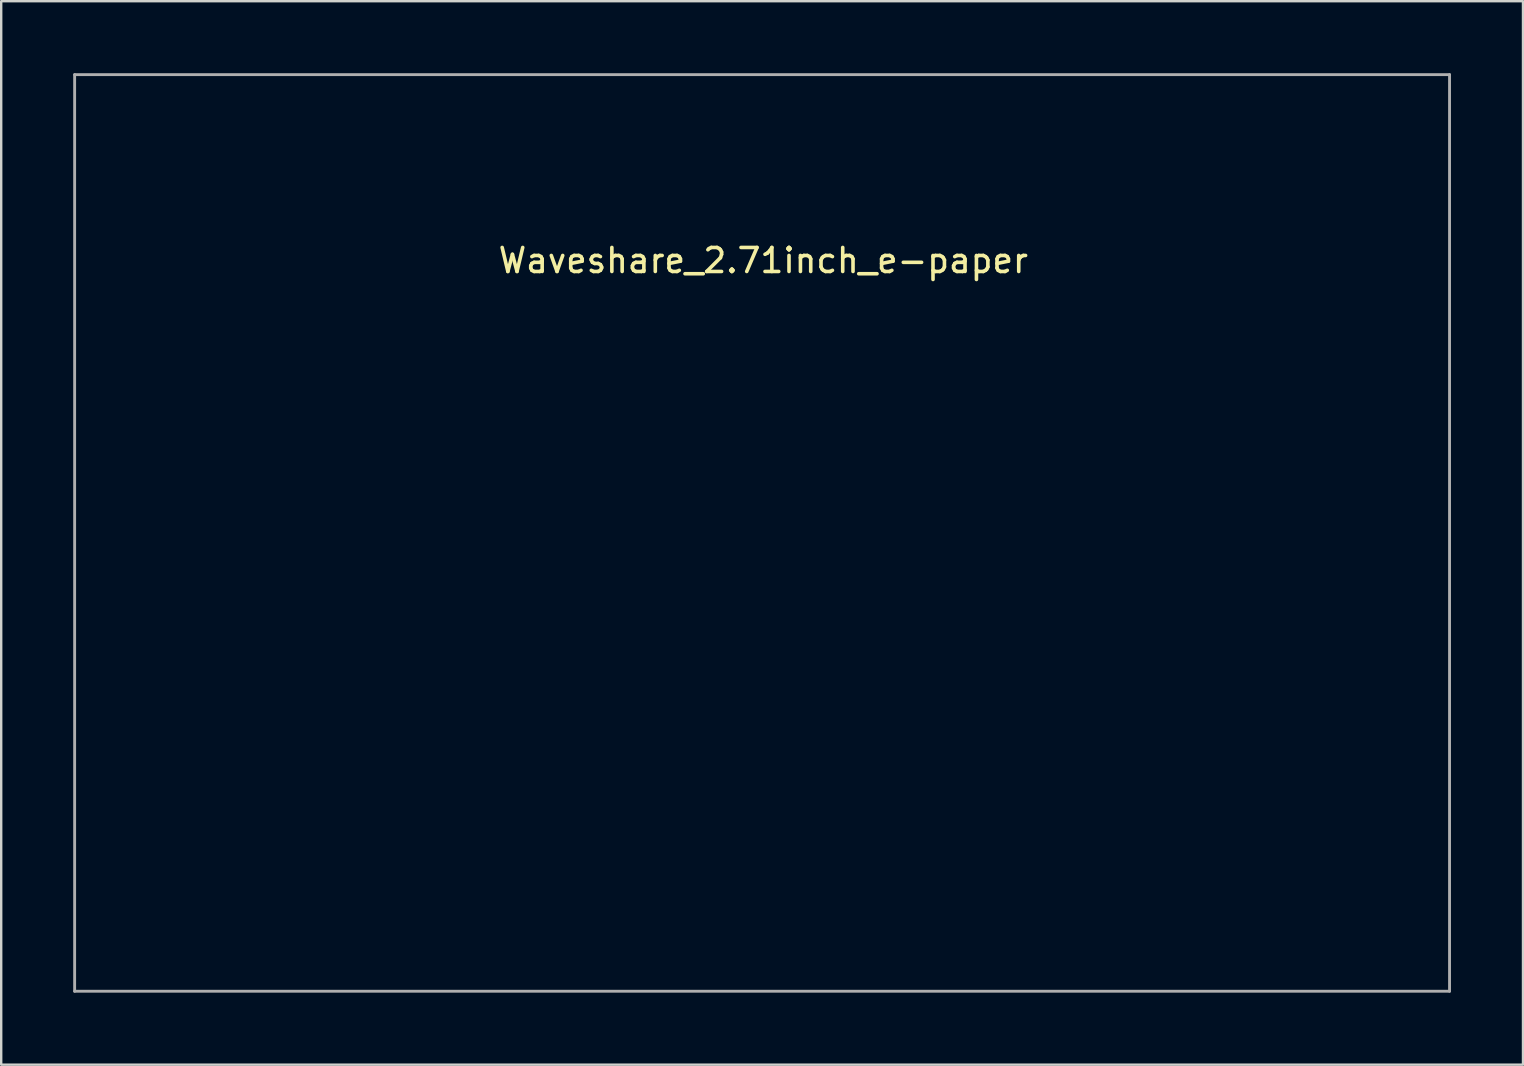
<source format=kicad_pcb>
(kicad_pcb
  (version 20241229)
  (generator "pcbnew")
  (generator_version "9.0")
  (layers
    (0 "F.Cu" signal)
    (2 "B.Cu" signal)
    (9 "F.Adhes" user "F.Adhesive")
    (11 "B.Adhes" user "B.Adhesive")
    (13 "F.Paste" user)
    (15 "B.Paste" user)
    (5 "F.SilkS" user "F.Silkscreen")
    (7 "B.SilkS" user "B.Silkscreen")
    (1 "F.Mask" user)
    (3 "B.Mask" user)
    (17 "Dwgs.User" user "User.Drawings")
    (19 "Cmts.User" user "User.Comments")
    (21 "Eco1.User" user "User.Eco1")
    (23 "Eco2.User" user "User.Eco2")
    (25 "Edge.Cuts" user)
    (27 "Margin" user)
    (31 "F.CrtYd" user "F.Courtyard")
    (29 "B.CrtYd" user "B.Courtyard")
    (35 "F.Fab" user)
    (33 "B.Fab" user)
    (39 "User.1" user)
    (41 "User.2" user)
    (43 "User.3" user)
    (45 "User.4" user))
  (footprint "Waveshare_2.71inch_e-paper"
    (layer "F.Cu")
    (at 28.704 19.156)
    (property "Reference" "Waveshare_2.71inch_e-paper" (at 0.05 -11.35 0) (layer "F.SilkS") (effects (font (size 1 1) (thickness 0.15))))
    (attr through_hole)
    (fp_line (start -28.644 -19.096) (end 28.644 -19.096) (stroke (width 0.12) (type solid)) (layer "F.Fab"))
    (fp_line (start -28.644 19.096) (end -28.644 -19.096) (stroke (width 0.12) (type solid)) (layer "F.Fab"))
    (fp_line (start 28.644 -19.096) (end 28.644 19.096) (stroke (width 0.12) (type solid)) (layer "F.Fab"))
    (fp_line (start 28.644 19.096) (end -28.644 19.096) (stroke (width 0.12) (type solid)) (layer "F.Fab")))
  (gr_rect
    (start -3 -3)
    (end 60.408 41.312)
    (stroke (width 0.1) (type default))
    (fill no)
    (layer "Edge.Cuts")))
</source>
